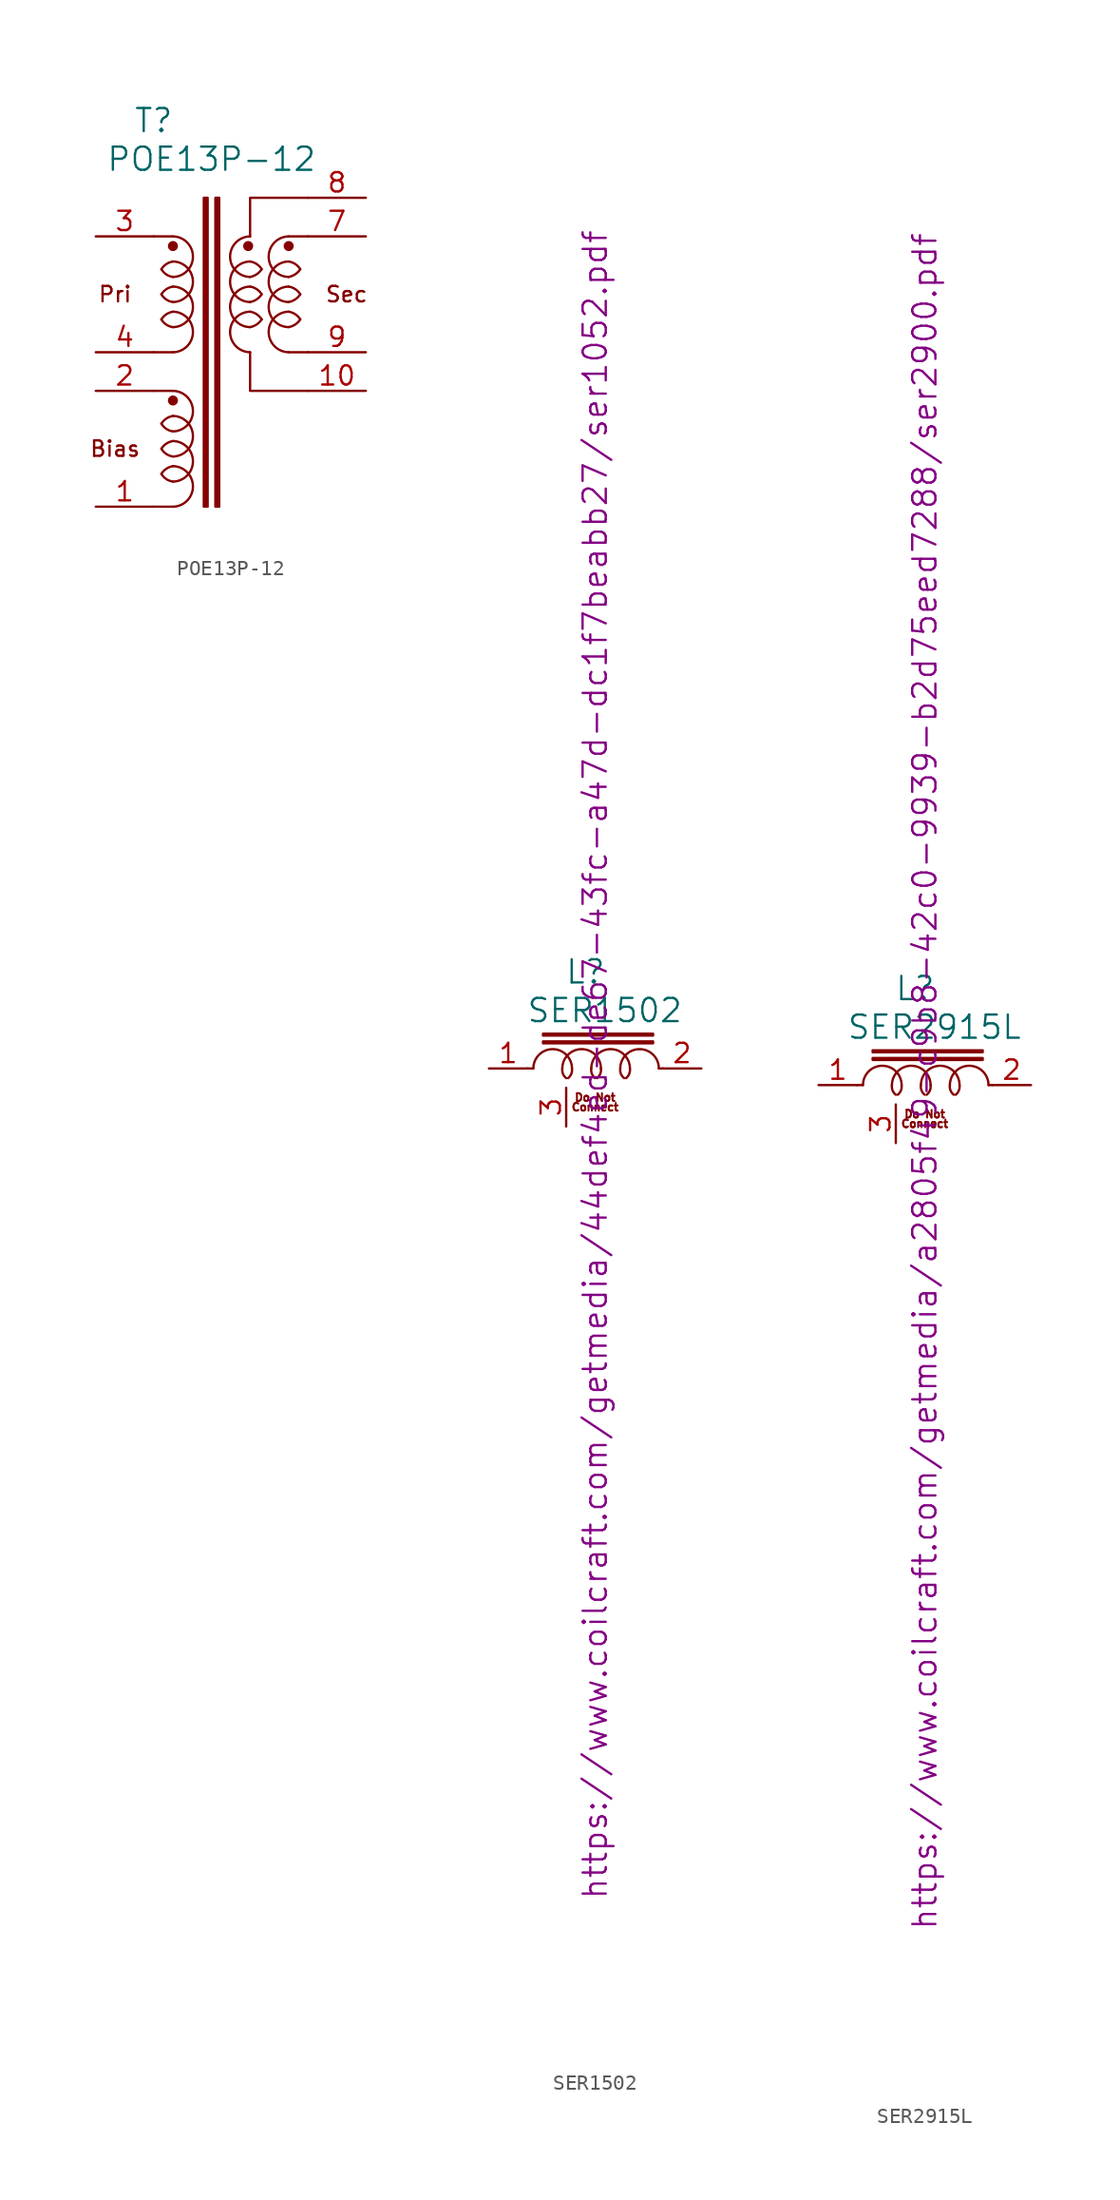
<source format=kicad_sym>
(kicad_symbol_lib
  (version 20211014)
  (generator kicad_symbol_editor)
  (symbol "POE13P-12"
    (pin_names
      (offset 1.016) hide)
    (property "Reference" "T"
      (at -3.81 16.51 0)
      (effects (font (size 1.524 1.524))))
    (property "Value" "POE13P-12"
      (at 0 13.97 0)
      (effects (font (size 1.524 1.524))))
    (symbol "POE13P-12_0_0"
      (circle (center -2.54 -1.905) (radius 0.254) (stroke (width 0) (type default) (color 0 0 0 0)) (fill (type outline)))
      (circle (center -2.54 8.255) (radius 0.254) (stroke (width 0) (type default) (color 0 0 0 0)) (fill (type outline)))
      (rectangle (start -0.508 11.43) (end -0.254 -8.89) (stroke (width 0) (type default) (color 0 0 0 0)) (fill (type outline)))
      (polyline (pts (xy -3.81 8.89) (xy -2.54 8.89)) (stroke (width 0) (type default) (color 0 0 0 0)) (fill (type none)))
      (polyline (pts (xy -2.54 -8.89) (xy -3.81 -8.89)) (stroke (width 0) (type default) (color 0 0 0 0)) (fill (type none)))
      (polyline (pts (xy -2.54 -1.27) (xy -3.81 -1.27)) (stroke (width 0) (type default) (color 0 0 0 0)) (fill (type none)))
      (polyline (pts (xy -2.54 1.27) (xy -3.81 1.27)) (stroke (width 0) (type default) (color 0 0 0 0)) (fill (type none)))
      (polyline (pts (xy 6.35 1.27) (xy 5.08 1.27)) (stroke (width 0) (type default) (color 0 0 0 0)) (fill (type none)))
      (polyline (pts (xy 6.35 8.89) (xy 5.08 8.89)) (stroke (width 0) (type default) (color 0 0 0 0)) (fill (type none)))
      (polyline (pts (xy 6.35 -1.27) (xy 2.54 -1.27) (xy 2.54 1.27)) (stroke (width 0) (type default) (color 0 0 0 0)) (fill (type none)))
      (polyline (pts (xy 6.35 11.43) (xy 2.54 11.43) (xy 2.54 8.89)) (stroke (width 0) (type default) (color 0 0 0 0)) (fill (type none)))
      (rectangle (start 0.254 11.43) (end 0.508 -8.89) (stroke (width 0) (type default) (color 0 0 0 0)) (fill (type outline)))
      (circle (center 2.413 8.255) (radius 0.254) (stroke (width 0) (type default) (color 0 0 0 0)) (fill (type outline)))
      (circle (center 5.08 8.255) (radius 0.254) (stroke (width 0) (type default) (color 0 0 0 0)) (fill (type outline)))
      (text "Bias" (at -6.35 -5.08 0) (effects (font (size 1.016 1.016))))
      (text "Pri" (at -6.35 5.08 0) (effects (font (size 1.016 1.016))))
      (text "Sec" (at 8.89 5.08 0) (effects (font (size 1.016 1.016)))))
    (symbol "POE13P-12_0_1"
      (arc (start -3.302 -6.731) (mid -2.9793 -7.0748) (end -2.54 -7.239) (stroke (width 0) (type default) (color 0 0 0 0)) (fill (type none)))
      (arc (start -3.302 -5.08) (mid -2.9793 -5.4238) (end -2.54 -5.588) (stroke (width 0) (type default) (color 0 0 0 0)) (fill (type none)))
      (arc (start -3.302 -3.429) (mid -2.9793 -3.7728) (end -2.54 -3.937) (stroke (width 0) (type default) (color 0 0 0 0)) (fill (type none)))
      (arc (start -3.302 3.429) (mid -2.9793 3.0852) (end -2.54 2.921) (stroke (width 0) (type default) (color 0 0 0 0)) (fill (type none)))
      (arc (start -3.302 5.08) (mid -2.9793 4.7362) (end -2.54 4.572) (stroke (width 0) (type default) (color 0 0 0 0)) (fill (type none)))
      (arc (start -3.302 6.731) (mid -2.9793 6.3872) (end -2.54 6.223) (stroke (width 0) (type default) (color 0 0 0 0)) (fill (type none)))
      (arc (start -2.54 -8.89) (mid -1.2192 -7.5692) (end -2.54 -6.223) (stroke (width 0) (type default) (color 0 0 0 0)) (fill (type none)))
      (arc (start -2.54 -7.239) (mid -1.2192 -5.9182) (end -2.54 -4.572) (stroke (width 0) (type default) (color 0 0 0 0)) (fill (type none)))
      (arc (start -2.54 -6.223) (mid -2.976 -6.3945) (end -3.302 -6.731) (stroke (width 0) (type default) (color 0 0 0 0)) (fill (type none)))
      (arc (start -2.54 -5.588) (mid -1.2192 -4.2672) (end -2.54 -2.921) (stroke (width 0) (type default) (color 0 0 0 0)) (fill (type none)))
      (arc (start -2.54 -4.572) (mid -2.976 -4.7435) (end -3.302 -5.08) (stroke (width 0) (type default) (color 0 0 0 0)) (fill (type none)))
      (arc (start -2.54 -3.937) (mid -1.2192 -2.6162) (end -2.54 -1.27) (stroke (width 0) (type default) (color 0 0 0 0)) (fill (type none)))
      (arc (start -2.54 -2.921) (mid -2.976 -3.0925) (end -3.302 -3.429) (stroke (width 0) (type default) (color 0 0 0 0)) (fill (type none)))
      (arc (start -2.54 1.27) (mid -1.2192 2.5908) (end -2.54 3.937) (stroke (width 0) (type default) (color 0 0 0 0)) (fill (type none)))
      (arc (start -2.54 2.921) (mid -1.2192 4.2418) (end -2.54 5.588) (stroke (width 0) (type default) (color 0 0 0 0)) (fill (type none)))
      (arc (start -2.54 3.937) (mid -2.976 3.7655) (end -3.302 3.429) (stroke (width 0) (type default) (color 0 0 0 0)) (fill (type none)))
      (arc (start -2.54 4.572) (mid -1.2192 5.8928) (end -2.54 7.239) (stroke (width 0) (type default) (color 0 0 0 0)) (fill (type none)))
      (arc (start -2.54 5.588) (mid -2.976 5.4165) (end -3.302 5.08) (stroke (width 0) (type default) (color 0 0 0 0)) (fill (type none)))
      (arc (start -2.54 6.223) (mid -1.2192 7.5438) (end -2.54 8.89) (stroke (width 0) (type default) (color 0 0 0 0)) (fill (type none)))
      (arc (start -2.54 7.239) (mid -2.976 7.0675) (end -3.302 6.731) (stroke (width 0) (type default) (color 0 0 0 0)) (fill (type none)))
      (arc (start 2.54 2.921) (mid 2.9727 3.095) (end 3.302 3.429) (stroke (width 0) (type default) (color 0 0 0 0)) (fill (type none)))
      (arc (start 2.54 3.937) (mid 1.1938 2.5908) (end 2.54 1.27) (stroke (width 0) (type default) (color 0 0 0 0)) (fill (type none)))
      (arc (start 2.54 4.572) (mid 2.9727 4.746) (end 3.302 5.08) (stroke (width 0) (type default) (color 0 0 0 0)) (fill (type none)))
      (arc (start 2.54 5.588) (mid 1.1938 4.2418) (end 2.54 2.921) (stroke (width 0) (type default) (color 0 0 0 0)) (fill (type none)))
      (arc (start 2.54 6.223) (mid 2.9727 6.397) (end 3.302 6.731) (stroke (width 0) (type default) (color 0 0 0 0)) (fill (type none)))
      (arc (start 2.54 7.239) (mid 1.1938 5.8928) (end 2.54 4.572) (stroke (width 0) (type default) (color 0 0 0 0)) (fill (type none)))
      (arc (start 2.54 8.89) (mid 1.1938 7.5438) (end 2.54 6.223) (stroke (width 0) (type default) (color 0 0 0 0)) (fill (type none)))
      (arc (start 3.302 3.429) (mid 2.976 3.7655) (end 2.54 3.937) (stroke (width 0) (type default) (color 0 0 0 0)) (fill (type none)))
      (arc (start 3.302 5.08) (mid 2.976 5.4165) (end 2.54 5.588) (stroke (width 0) (type default) (color 0 0 0 0)) (fill (type none)))
      (arc (start 3.302 6.731) (mid 2.976 7.0675) (end 2.54 7.239) (stroke (width 0) (type default) (color 0 0 0 0)) (fill (type none)))
      (arc (start 5.08 2.921) (mid 5.5127 3.095) (end 5.842 3.429) (stroke (width 0) (type default) (color 0 0 0 0)) (fill (type none)))
      (arc (start 5.08 3.937) (mid 3.7338 2.5908) (end 5.08 1.27) (stroke (width 0) (type default) (color 0 0 0 0)) (fill (type none)))
      (arc (start 5.08 4.572) (mid 5.5127 4.746) (end 5.842 5.08) (stroke (width 0) (type default) (color 0 0 0 0)) (fill (type none)))
      (arc (start 5.08 5.588) (mid 3.7338 4.2418) (end 5.08 2.921) (stroke (width 0) (type default) (color 0 0 0 0)) (fill (type none)))
      (arc (start 5.08 6.223) (mid 5.5127 6.397) (end 5.842 6.731) (stroke (width 0) (type default) (color 0 0 0 0)) (fill (type none)))
      (arc (start 5.08 7.239) (mid 3.7338 5.8928) (end 5.08 4.572) (stroke (width 0) (type default) (color 0 0 0 0)) (fill (type none)))
      (arc (start 5.08 8.89) (mid 3.7338 7.5438) (end 5.08 6.223) (stroke (width 0) (type default) (color 0 0 0 0)) (fill (type none)))
      (arc (start 5.842 3.429) (mid 5.516 3.7655) (end 5.08 3.937) (stroke (width 0) (type default) (color 0 0 0 0)) (fill (type none)))
      (arc (start 5.842 5.08) (mid 5.516 5.4165) (end 5.08 5.588) (stroke (width 0) (type default) (color 0 0 0 0)) (fill (type none)))
      (arc (start 5.842 6.731) (mid 5.516 7.0675) (end 5.08 7.239) (stroke (width 0) (type default) (color 0 0 0 0)) (fill (type none))))
    (symbol "POE13P-12_1_1"
      (pin input line (at -7.62 -8.89 0) (length 3.81) (name "B2" (effects (font (size 1.27 1.27)))) (number "1" (effects (font (size 1.27 1.27)))))
      (pin input line (at 10.16 -1.27 180) (length 3.81) (name "S4" (effects (font (size 1.27 1.27)))) (number "10" (effects (font (size 1.27 1.27)))))
      (pin input line (at -7.62 -1.27 0) (length 3.81) (name "B1" (effects (font (size 1.27 1.27)))) (number "2" (effects (font (size 1.27 1.27)))))
      (pin input line (at -7.62 8.89 0) (length 3.81) (name "P1" (effects (font (size 1.27 1.27)))) (number "3" (effects (font (size 1.27 1.27)))))
      (pin input line (at -7.62 1.27 0) (length 3.81) (name "P2" (effects (font (size 1.27 1.27)))) (number "4" (effects (font (size 1.27 1.27)))))
      (pin input line (at 10.16 8.89 180) (length 3.81) (name "S2" (effects (font (size 1.27 1.27)))) (number "7" (effects (font (size 1.27 1.27)))))
      (pin input line (at 10.16 11.43 180) (length 3.81) (name "S1" (effects (font (size 1.27 1.27)))) (number "8" (effects (font (size 1.27 1.27)))))
      (pin input line (at 10.16 1.27 180) (length 3.81) (name "S3" (effects (font (size 1.27 1.27)))) (number "9" (effects (font (size 1.27 1.27)))))))
  (symbol "SER1502"
    (pin_names
      (offset 1.016) hide)
    (property "Reference" "L"
      (at -1.27 6.35 0)
      (effects (font (size 1.524 1.524))))
    (property "Value" "SER1502"
      (at 0 3.81 0)
      (effects (font (size 1.524 1.524))))
    (property "Datasheet" "https://www.coilcraft.com/getmedia/44def4ed-de67-43fc-a47d-dc1f7beabb27/ser1052.pdf"
      (at -0.635 0.254 90)
      (effects (font (size 1.524 1.524))))
    (symbol "SER1502_0_0"
      (text "Connect" (at -0.635 -2.54 0) (effects (font (size 0.508 0.508))))
      (text "Do Not" (at -0.635 -1.905 0) (effects (font (size 0.508 0.508)))))
    (symbol "SER1502_0_1"
      (rectangle (start -4.064 1.651) (end 3.175 1.778) (stroke (width 0) (type default) (color 0 0 0 0)) (fill (type none)))
      (rectangle (start -4.064 2.159) (end 3.175 2.286) (stroke (width 0) (type default) (color 0 0 0 0)) (fill (type none)))
      (arc (start -2.794 0) (mid -2.7532 -0.3516) (end -2.54 -0.635) (stroke (width 0) (type default) (color 0 0 0 0)) (fill (type none)))
      (arc (start -2.413 -0.635) (mid -2.2022 -0.3501) (end -2.159 0) (stroke (width 0) (type default) (color 0 0 0 0)) (fill (type none)))
      (arc (start -2.159 0) (mid -3.429 1.27) (end -4.699 0) (stroke (width 0) (type default) (color 0 0 0 0)) (fill (type none)))
      (arc (start -0.889 0) (mid -0.8482 -0.3516) (end -0.635 -0.635) (stroke (width 0) (type default) (color 0 0 0 0)) (fill (type none)))
      (arc (start -0.508 -0.635) (mid -0.2972 -0.3501) (end -0.254 0) (stroke (width 0) (type default) (color 0 0 0 0)) (fill (type none)))
      (arc (start -0.254 0) (mid -1.524 1.27) (end -2.794 0) (stroke (width 0) (type default) (color 0 0 0 0)) (fill (type none)))
      (polyline (pts (xy -4.699 0) (xy -5.08 0)) (stroke (width 0) (type default) (color 0 0 0 0)) (fill (type none)))
      (polyline (pts (xy 3.556 0) (xy 3.81 0)) (stroke (width 0) (type default) (color 0 0 0 0)) (fill (type none)))
      (arc (start 1.016 0) (mid 1.0568 -0.3516) (end 1.27 -0.635) (stroke (width 0) (type default) (color 0 0 0 0)) (fill (type none)))
      (arc (start 1.397 -0.635) (mid 1.6078 -0.3501) (end 1.651 0) (stroke (width 0) (type default) (color 0 0 0 0)) (fill (type none)))
      (arc (start 1.651 0) (mid 0.381 1.27) (end -0.889 0) (stroke (width 0) (type default) (color 0 0 0 0)) (fill (type none)))
      (arc (start 3.556 0) (mid 2.286 1.27) (end 1.016 0) (stroke (width 0) (type default) (color 0 0 0 0)) (fill (type none))))
    (symbol "SER1502_1_1"
      (pin input line (at -7.62 0 0) (length 2.54) (name "1" (effects (font (size 1.27 1.27)))) (number "1" (effects (font (size 1.27 1.27)))))
      (pin input line (at 6.35 0 180) (length 2.54) (name "2" (effects (font (size 1.27 1.27)))) (number "2" (effects (font (size 1.27 1.27)))))
      (pin passive line (at -2.54 -3.81 90) (length 2.54) (name "3" (effects (font (size 1.27 1.27)))) (number "3" (effects (font (size 1.27 1.27)))))))
  (symbol "SER2915L"
    (pin_names
      (offset 1.016) hide)
    (property "Reference" "L"
      (at -1.27 6.35 0)
      (effects (font (size 1.524 1.524))))
    (property "Value" "SER2915L"
      (at 0 3.81 0)
      (effects (font (size 1.524 1.524))))
    (property "Datasheet" "https://www.coilcraft.com/getmedia/a2805f49-c9b8-42c0-9939-b2d75eed7288/ser2900.pdf"
      (at -0.635 0.254 90)
      (effects (font (size 1.524 1.524))))
    (symbol "SER2915L_0_0"
      (text "Connect" (at -0.635 -2.54 0) (effects (font (size 0.508 0.508))))
      (text "Do Not" (at -0.635 -1.905 0) (effects (font (size 0.508 0.508)))))
    (symbol "SER2915L_0_1"
      (rectangle (start -4.064 1.651) (end 3.175 1.778) (stroke (width 0) (type default) (color 0 0 0 0)) (fill (type none)))
      (rectangle (start -4.064 2.159) (end 3.175 2.286) (stroke (width 0) (type default) (color 0 0 0 0)) (fill (type none)))
      (arc (start -2.794 0) (mid -2.7532 -0.3516) (end -2.54 -0.635) (stroke (width 0) (type default) (color 0 0 0 0)) (fill (type none)))
      (arc (start -2.413 -0.635) (mid -2.2022 -0.3501) (end -2.159 0) (stroke (width 0) (type default) (color 0 0 0 0)) (fill (type none)))
      (arc (start -2.159 0) (mid -3.429 1.27) (end -4.699 0) (stroke (width 0) (type default) (color 0 0 0 0)) (fill (type none)))
      (arc (start -0.889 0) (mid -0.8482 -0.3516) (end -0.635 -0.635) (stroke (width 0) (type default) (color 0 0 0 0)) (fill (type none)))
      (arc (start -0.508 -0.635) (mid -0.2972 -0.3501) (end -0.254 0) (stroke (width 0) (type default) (color 0 0 0 0)) (fill (type none)))
      (arc (start -0.254 0) (mid -1.524 1.27) (end -2.794 0) (stroke (width 0) (type default) (color 0 0 0 0)) (fill (type none)))
      (polyline (pts (xy -4.699 0) (xy -5.08 0)) (stroke (width 0) (type default) (color 0 0 0 0)) (fill (type none)))
      (polyline (pts (xy 3.556 0) (xy 3.81 0)) (stroke (width 0) (type default) (color 0 0 0 0)) (fill (type none)))
      (arc (start 1.016 0) (mid 1.0568 -0.3516) (end 1.27 -0.635) (stroke (width 0) (type default) (color 0 0 0 0)) (fill (type none)))
      (arc (start 1.397 -0.635) (mid 1.6078 -0.3501) (end 1.651 0) (stroke (width 0) (type default) (color 0 0 0 0)) (fill (type none)))
      (arc (start 1.651 0) (mid 0.381 1.27) (end -0.889 0) (stroke (width 0) (type default) (color 0 0 0 0)) (fill (type none)))
      (arc (start 3.556 0) (mid 2.286 1.27) (end 1.016 0) (stroke (width 0) (type default) (color 0 0 0 0)) (fill (type none))))
    (symbol "SER2915L_1_1"
      (pin input line (at -7.62 0 0) (length 2.54) (name "1" (effects (font (size 1.27 1.27)))) (number "1" (effects (font (size 1.27 1.27)))))
      (pin input line (at 6.35 0 180) (length 2.54) (name "2" (effects (font (size 1.27 1.27)))) (number "2" (effects (font (size 1.27 1.27)))))
      (pin passive line (at -2.54 -3.81 90) (length 2.54) (name "3" (effects (font (size 1.27 1.27)))) (number "3" (effects (font (size 1.27 1.27))))))))
</source>
